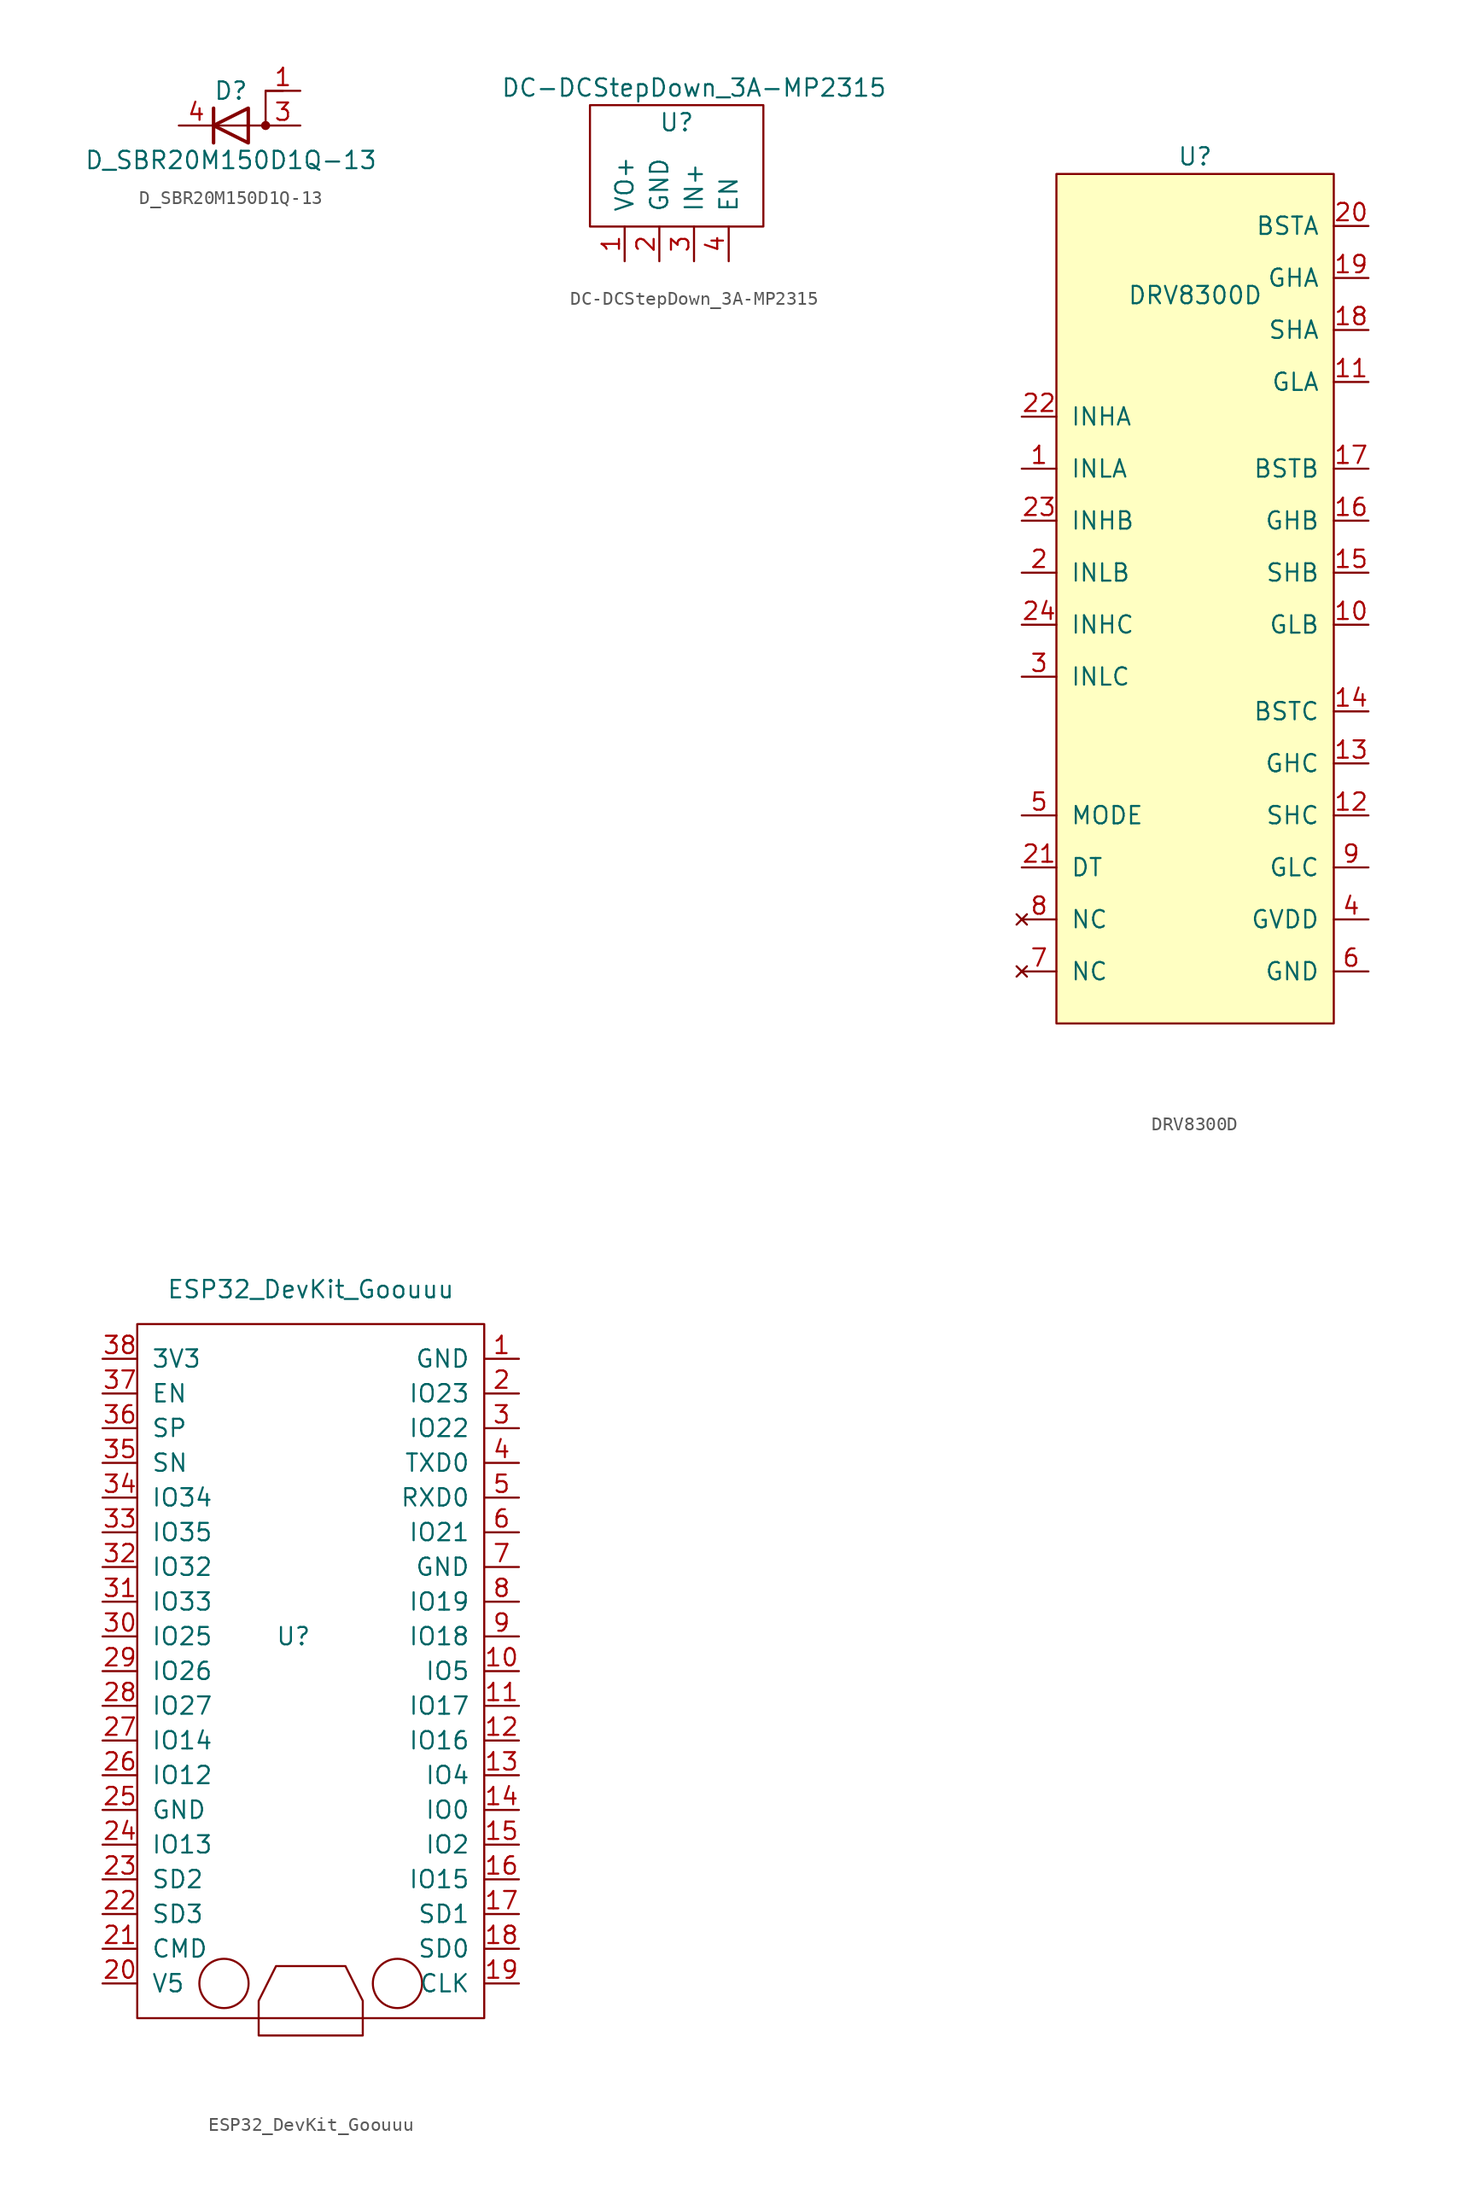
<source format=kicad_sym>
(kicad_symbol_lib
  (version 20211014)
  (generator kicad_symbol_editor)
  (symbol "D_SBR20M150D1Q-13"
    (pin_names
      (offset 0) hide)
    (property "Reference" "D"
      (at 0 2.54 0)
      (effects (font (size 1.27 1.27))))
    (property "Value" "D_SBR20M150D1Q-13"
      (at 0 -2.54 0)
      (effects (font (size 1.27 1.27))))
    (symbol "D_SBR20M150D1Q-13_0_1"
      (polyline (pts (xy -1.27 1.27) (xy -1.27 -1.27)) (stroke (width 0.254) (type default) (color 0 0 0 0)) (fill (type none)))
      (polyline (pts (xy 1.27 1.27) (xy 1.27 -1.27) (xy -1.27 0) (xy 1.27 1.27)) (stroke (width 0.254) (type default) (color 0 0 0 0)) (fill (type none)))
      (polyline (pts (xy 3.81 2.54) (xy 2.54 2.54) (xy 2.54 0) (xy -1.27 0)) (stroke (width 0) (type default) (color 0 0 0 0)) (fill (type none)))
      (circle (center 2.54 0) (radius 0.254) (stroke (width 0) (type default) (color 0 0 0 0)) (fill (type outline))))
    (symbol "D_SBR20M150D1Q-13_1_1"
      (pin passive line (at 5.08 2.54 180) (length 2.54) (name "A" (effects (font (size 1.27 1.27)))) (number "1" (effects (font (size 1.27 1.27)))))
      (pin passive line (at 5.08 0 180) (length 2.54) (name "A" (effects (font (size 1.27 1.27)))) (number "3" (effects (font (size 1.27 1.27)))))
      (pin passive line (at -3.81 0 0) (length 2.54) (name "K" (effects (font (size 1.27 1.27)))) (number "4" (effects (font (size 1.27 1.27)))))))
  (symbol "DC-DCStepDown_3A-MP2315"
    (pin_names
      (offset 1.016))
    (property "Reference" "U"
      (at 0 2.54 0)
      (effects (font (size 1.27 1.27))))
    (property "Value" "DC-DCStepDown_3A-MP2315"
      (at 1.27 5.08 0)
      (effects (font (size 1.27 1.27))))
    (symbol "DC-DCStepDown_3A-MP2315_0_1"
      (rectangle (start -6.35 -5.08) (end 6.35 3.81) (stroke (width 0) (type default) (color 0 0 0 0)) (fill (type none))))
    (symbol "DC-DCStepDown_3A-MP2315_1_1"
      (pin input line (at -3.81 -7.62 90) (length 2.54) (name "VO+" (effects (font (size 1.27 1.27)))) (number "1" (effects (font (size 1.27 1.27)))))
      (pin input line (at -1.27 -7.62 90) (length 2.54) (name "GND" (effects (font (size 1.27 1.27)))) (number "2" (effects (font (size 1.27 1.27)))))
      (pin input line (at 1.27 -7.62 90) (length 2.54) (name "IN+" (effects (font (size 1.27 1.27)))) (number "3" (effects (font (size 1.27 1.27)))))
      (pin input line (at 3.81 -7.62 90) (length 2.54) (name "EN" (effects (font (size 1.27 1.27)))) (number "4" (effects (font (size 1.27 1.27)))))))
  (symbol "DRV8300D"
    (pin_names
      (offset 1.016))
    (property "Reference" "U"
      (at 0 30.48 0)
      (effects (font (size 1.27 1.27))))
    (property "Value" "DRV8300D"
      (at 0 20.32 0)
      (effects (font (size 1.27 1.27))))
    (symbol "DRV8300D_0_1"
      (rectangle (start 10.16 -33.02) (end -10.16 29.21) (stroke (width 0) (type default) (color 0 0 0 0)) (fill (type background))))
    (symbol "DRV8300D_1_1"
      (pin input line (at -12.7 7.62 0) (length 2.54) (name "INLA" (effects (font (size 1.27 1.27)))) (number "1" (effects (font (size 1.27 1.27)))))
      (pin output line (at 12.7 -3.81 180) (length 2.54) (name "GLB" (effects (font (size 1.27 1.27)))) (number "10" (effects (font (size 1.27 1.27)))))
      (pin output line (at 12.7 13.97 180) (length 2.54) (name "GLA" (effects (font (size 1.27 1.27)))) (number "11" (effects (font (size 1.27 1.27)))))
      (pin input line (at 12.7 -17.78 180) (length 2.54) (name "SHC" (effects (font (size 1.27 1.27)))) (number "12" (effects (font (size 1.27 1.27)))))
      (pin output line (at 12.7 -13.97 180) (length 2.54) (name "GHC" (effects (font (size 1.27 1.27)))) (number "13" (effects (font (size 1.27 1.27)))))
      (pin output line (at 12.7 -10.16 180) (length 2.54) (name "BSTC" (effects (font (size 1.27 1.27)))) (number "14" (effects (font (size 1.27 1.27)))))
      (pin input line (at 12.7 0 180) (length 2.54) (name "SHB" (effects (font (size 1.27 1.27)))) (number "15" (effects (font (size 1.27 1.27)))))
      (pin output line (at 12.7 3.81 180) (length 2.54) (name "GHB" (effects (font (size 1.27 1.27)))) (number "16" (effects (font (size 1.27 1.27)))))
      (pin output line (at 12.7 7.62 180) (length 2.54) (name "BSTB" (effects (font (size 1.27 1.27)))) (number "17" (effects (font (size 1.27 1.27)))))
      (pin input line (at 12.7 17.78 180) (length 2.54) (name "SHA" (effects (font (size 1.27 1.27)))) (number "18" (effects (font (size 1.27 1.27)))))
      (pin output line (at 12.7 21.59 180) (length 2.54) (name "GHA" (effects (font (size 1.27 1.27)))) (number "19" (effects (font (size 1.27 1.27)))))
      (pin input line (at -12.7 0 0) (length 2.54) (name "INLB" (effects (font (size 1.27 1.27)))) (number "2" (effects (font (size 1.27 1.27)))))
      (pin output line (at 12.7 25.4 180) (length 2.54) (name "BSTA" (effects (font (size 1.27 1.27)))) (number "20" (effects (font (size 1.27 1.27)))))
      (pin input line (at -12.7 -21.59 0) (length 2.54) (name "DT" (effects (font (size 1.27 1.27)))) (number "21" (effects (font (size 1.27 1.27)))))
      (pin input line (at -12.7 11.43 0) (length 2.54) (name "INHA" (effects (font (size 1.27 1.27)))) (number "22" (effects (font (size 1.27 1.27)))))
      (pin input line (at -12.7 3.81 0) (length 2.54) (name "INHB" (effects (font (size 1.27 1.27)))) (number "23" (effects (font (size 1.27 1.27)))))
      (pin input line (at -12.7 -3.81 0) (length 2.54) (name "INHC" (effects (font (size 1.27 1.27)))) (number "24" (effects (font (size 1.27 1.27)))))
      (pin input line (at -12.7 -7.62 0) (length 2.54) (name "INLC" (effects (font (size 1.27 1.27)))) (number "3" (effects (font (size 1.27 1.27)))))
      (pin power_in line (at 12.7 -25.4 180) (length 2.54) (name "GVDD" (effects (font (size 1.27 1.27)))) (number "4" (effects (font (size 1.27 1.27)))))
      (pin input line (at -12.7 -17.78 0) (length 2.54) (name "MODE" (effects (font (size 1.27 1.27)))) (number "5" (effects (font (size 1.27 1.27)))))
      (pin power_in line (at 12.7 -29.21 180) (length 2.54) (name "GND" (effects (font (size 1.27 1.27)))) (number "6" (effects (font (size 1.27 1.27)))))
      (pin no_connect line (at -12.7 -29.21 0) (length 2.54) (name "NC" (effects (font (size 1.27 1.27)))) (number "7" (effects (font (size 1.27 1.27)))))
      (pin no_connect line (at -12.7 -25.4 0) (length 2.54) (name "NC" (effects (font (size 1.27 1.27)))) (number "8" (effects (font (size 1.27 1.27)))))
      (pin output line (at 12.7 -21.59 180) (length 2.54) (name "GLC" (effects (font (size 1.27 1.27)))) (number "9" (effects (font (size 1.27 1.27)))))))
  (symbol "ESP32_DevKit_Goouuu"
    (pin_names
      (offset 1.016))
    (property "Reference" "U"
      (at -1.27 2.54 0)
      (effects (font (size 1.27 1.27))))
    (property "Value" "ESP32_DevKit_Goouuu"
      (at 0 27.94 0)
      (effects (font (size 1.27 1.27))))
    (symbol "ESP32_DevKit_Goouuu_0_1"
      (rectangle (start -12.7 25.4) (end 12.7 -25.4) (stroke (width 0) (type default) (color 0 0 0 0)) (fill (type none)))
      (circle (center -6.35 -22.86) (radius 1.803) (stroke (width 0) (type default) (color 0 0 0 0)) (fill (type none)))
      (polyline (pts (xy -3.81 -26.67) (xy 3.81 -26.67) (xy 3.81 -24.13) (xy 2.54 -21.59) (xy -2.54 -21.59) (xy -3.81 -24.13) (xy -3.81 -26.67)) (stroke (width 0) (type default) (color 0 0 0 0)) (fill (type none)))
      (circle (center 6.35 -22.86) (radius 1.803) (stroke (width 0) (type default) (color 0 0 0 0)) (fill (type none))))
    (symbol "ESP32_DevKit_Goouuu_1_1"
      (pin input line (at 15.24 22.86 180) (length 2.54) (name "GND" (effects (font (size 1.27 1.27)))) (number "1" (effects (font (size 1.27 1.27)))))
      (pin input line (at 15.24 0 180) (length 2.54) (name "IO5" (effects (font (size 1.27 1.27)))) (number "10" (effects (font (size 1.27 1.27)))))
      (pin input line (at 15.24 -2.54 180) (length 2.54) (name "IO17" (effects (font (size 1.27 1.27)))) (number "11" (effects (font (size 1.27 1.27)))))
      (pin input line (at 15.24 -5.08 180) (length 2.54) (name "IO16" (effects (font (size 1.27 1.27)))) (number "12" (effects (font (size 1.27 1.27)))))
      (pin input line (at 15.24 -7.62 180) (length 2.54) (name "IO4" (effects (font (size 1.27 1.27)))) (number "13" (effects (font (size 1.27 1.27)))))
      (pin input line (at 15.24 -10.16 180) (length 2.54) (name "IO0" (effects (font (size 1.27 1.27)))) (number "14" (effects (font (size 1.27 1.27)))))
      (pin input line (at 15.24 -12.7 180) (length 2.54) (name "IO2" (effects (font (size 1.27 1.27)))) (number "15" (effects (font (size 1.27 1.27)))))
      (pin input line (at 15.24 -15.24 180) (length 2.54) (name "IO15" (effects (font (size 1.27 1.27)))) (number "16" (effects (font (size 1.27 1.27)))))
      (pin input line (at 15.24 -17.78 180) (length 2.54) (name "SD1" (effects (font (size 1.27 1.27)))) (number "17" (effects (font (size 1.27 1.27)))))
      (pin input line (at 15.24 -20.32 180) (length 2.54) (name "SD0" (effects (font (size 1.27 1.27)))) (number "18" (effects (font (size 1.27 1.27)))))
      (pin input line (at 15.24 -22.86 180) (length 2.54) (name "CLK" (effects (font (size 1.27 1.27)))) (number "19" (effects (font (size 1.27 1.27)))))
      (pin input line (at 15.24 20.32 180) (length 2.54) (name "IO23" (effects (font (size 1.27 1.27)))) (number "2" (effects (font (size 1.27 1.27)))))
      (pin input line (at -15.24 -22.86 0) (length 2.54) (name "V5" (effects (font (size 1.27 1.27)))) (number "20" (effects (font (size 1.27 1.27)))))
      (pin input line (at -15.24 -20.32 0) (length 2.54) (name "CMD" (effects (font (size 1.27 1.27)))) (number "21" (effects (font (size 1.27 1.27)))))
      (pin input line (at -15.24 -17.78 0) (length 2.54) (name "SD3" (effects (font (size 1.27 1.27)))) (number "22" (effects (font (size 1.27 1.27)))))
      (pin input line (at -15.24 -15.24 0) (length 2.54) (name "SD2" (effects (font (size 1.27 1.27)))) (number "23" (effects (font (size 1.27 1.27)))))
      (pin input line (at -15.24 -12.7 0) (length 2.54) (name "IO13" (effects (font (size 1.27 1.27)))) (number "24" (effects (font (size 1.27 1.27)))))
      (pin input line (at -15.24 -10.16 0) (length 2.54) (name "GND" (effects (font (size 1.27 1.27)))) (number "25" (effects (font (size 1.27 1.27)))))
      (pin input line (at -15.24 -7.62 0) (length 2.54) (name "IO12" (effects (font (size 1.27 1.27)))) (number "26" (effects (font (size 1.27 1.27)))))
      (pin input line (at -15.24 -5.08 0) (length 2.54) (name "IO14" (effects (font (size 1.27 1.27)))) (number "27" (effects (font (size 1.27 1.27)))))
      (pin input line (at -15.24 -2.54 0) (length 2.54) (name "IO27" (effects (font (size 1.27 1.27)))) (number "28" (effects (font (size 1.27 1.27)))))
      (pin input line (at -15.24 0 0) (length 2.54) (name "IO26" (effects (font (size 1.27 1.27)))) (number "29" (effects (font (size 1.27 1.27)))))
      (pin input line (at 15.24 17.78 180) (length 2.54) (name "IO22" (effects (font (size 1.27 1.27)))) (number "3" (effects (font (size 1.27 1.27)))))
      (pin input line (at -15.24 2.54 0) (length 2.54) (name "IO25" (effects (font (size 1.27 1.27)))) (number "30" (effects (font (size 1.27 1.27)))))
      (pin input line (at -15.24 5.08 0) (length 2.54) (name "IO33" (effects (font (size 1.27 1.27)))) (number "31" (effects (font (size 1.27 1.27)))))
      (pin input line (at -15.24 7.62 0) (length 2.54) (name "IO32" (effects (font (size 1.27 1.27)))) (number "32" (effects (font (size 1.27 1.27)))))
      (pin input line (at -15.24 10.16 0) (length 2.54) (name "IO35" (effects (font (size 1.27 1.27)))) (number "33" (effects (font (size 1.27 1.27)))))
      (pin input line (at -15.24 12.7 0) (length 2.54) (name "IO34" (effects (font (size 1.27 1.27)))) (number "34" (effects (font (size 1.27 1.27)))))
      (pin input line (at -15.24 15.24 0) (length 2.54) (name "SN" (effects (font (size 1.27 1.27)))) (number "35" (effects (font (size 1.27 1.27)))))
      (pin input line (at -15.24 17.78 0) (length 2.54) (name "SP" (effects (font (size 1.27 1.27)))) (number "36" (effects (font (size 1.27 1.27)))))
      (pin input line (at -15.24 20.32 0) (length 2.54) (name "EN" (effects (font (size 1.27 1.27)))) (number "37" (effects (font (size 1.27 1.27)))))
      (pin input line (at -15.24 22.86 0) (length 2.54) (name "3V3" (effects (font (size 1.27 1.27)))) (number "38" (effects (font (size 1.27 1.27)))))
      (pin input line (at 15.24 15.24 180) (length 2.54) (name "TXD0" (effects (font (size 1.27 1.27)))) (number "4" (effects (font (size 1.27 1.27)))))
      (pin input line (at 15.24 12.7 180) (length 2.54) (name "RXD0" (effects (font (size 1.27 1.27)))) (number "5" (effects (font (size 1.27 1.27)))))
      (pin input line (at 15.24 10.16 180) (length 2.54) (name "IO21" (effects (font (size 1.27 1.27)))) (number "6" (effects (font (size 1.27 1.27)))))
      (pin input line (at 15.24 7.62 180) (length 2.54) (name "GND" (effects (font (size 1.27 1.27)))) (number "7" (effects (font (size 1.27 1.27)))))
      (pin input line (at 15.24 5.08 180) (length 2.54) (name "IO19" (effects (font (size 1.27 1.27)))) (number "8" (effects (font (size 1.27 1.27)))))
      (pin input line (at 15.24 2.54 180) (length 2.54) (name "IO18" (effects (font (size 1.27 1.27)))) (number "9" (effects (font (size 1.27 1.27))))))))
</source>
